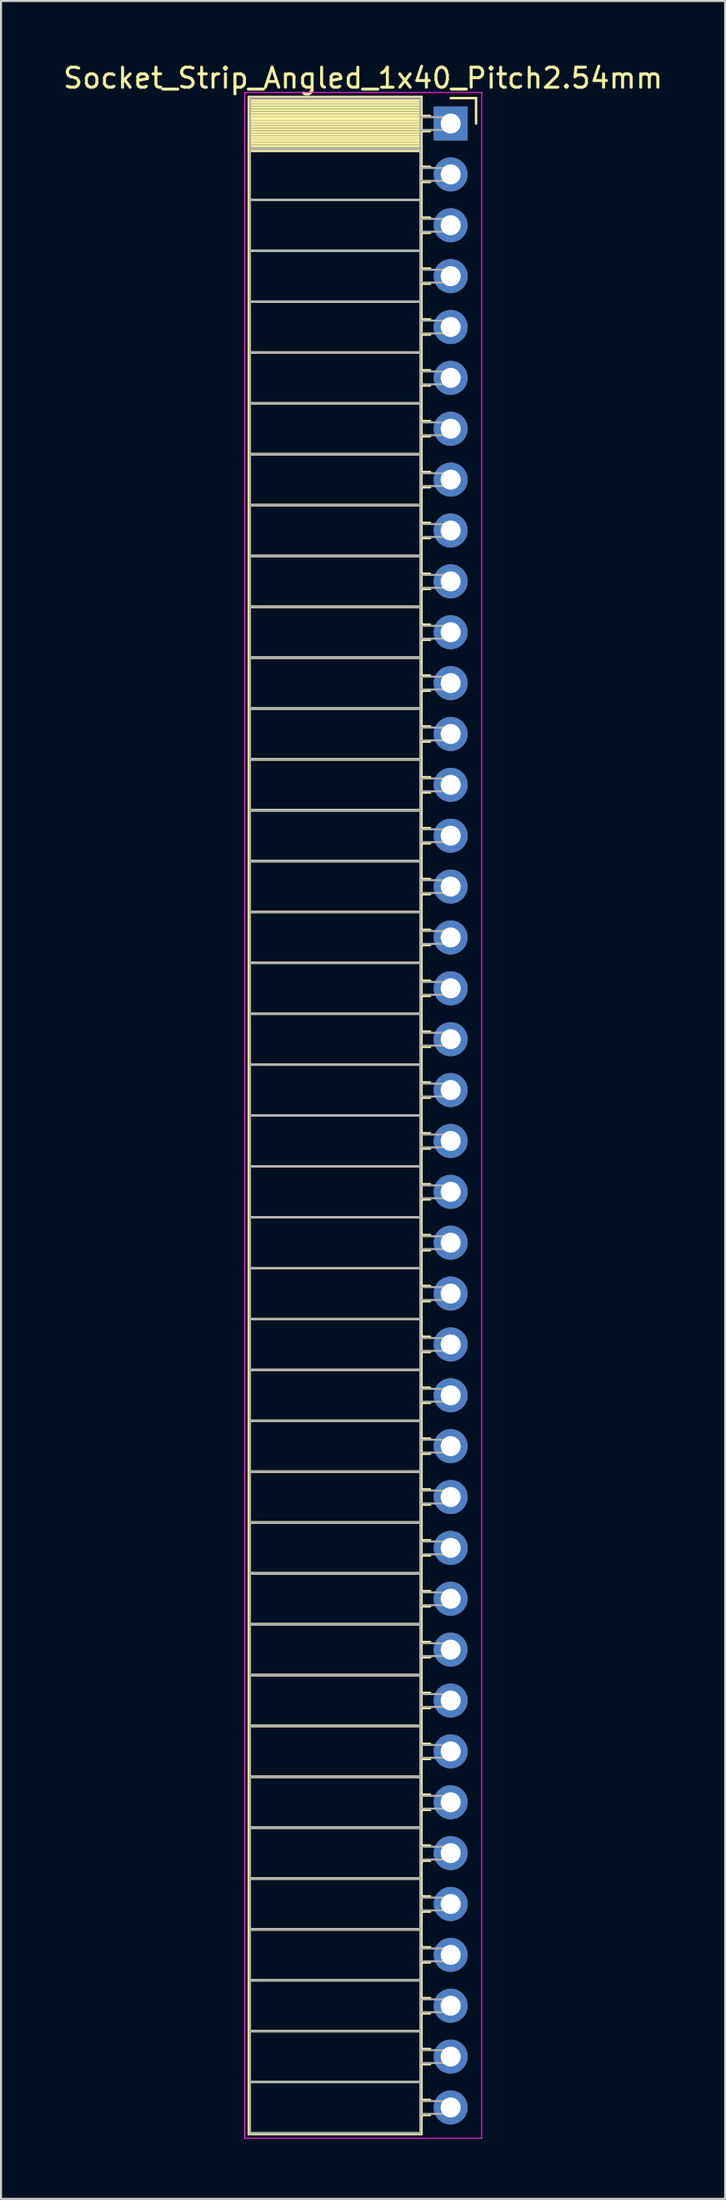
<source format=kicad_pcb>
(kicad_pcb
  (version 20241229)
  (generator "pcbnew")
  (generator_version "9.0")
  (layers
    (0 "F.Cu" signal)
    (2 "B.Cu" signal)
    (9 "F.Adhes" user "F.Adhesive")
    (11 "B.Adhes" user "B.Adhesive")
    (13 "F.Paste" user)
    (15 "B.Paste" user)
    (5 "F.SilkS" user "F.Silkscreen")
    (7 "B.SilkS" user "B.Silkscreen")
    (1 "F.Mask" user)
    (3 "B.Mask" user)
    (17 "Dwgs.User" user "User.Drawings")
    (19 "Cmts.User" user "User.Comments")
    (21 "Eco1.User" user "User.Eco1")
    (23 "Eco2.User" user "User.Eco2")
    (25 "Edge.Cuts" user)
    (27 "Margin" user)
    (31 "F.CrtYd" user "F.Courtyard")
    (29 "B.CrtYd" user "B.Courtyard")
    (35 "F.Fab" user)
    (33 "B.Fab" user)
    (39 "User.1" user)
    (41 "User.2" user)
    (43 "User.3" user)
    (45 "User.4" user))
  (footprint "Socket_Strip_Angled_1x40_Pitch2.54mm"
    (layer "F.Cu")
    (at 19.481 3.118)
    (property "Reference" "Socket_Strip_Angled_1x40_Pitch2.54mm" (at -4.38 -2.27 0) (layer "F.SilkS") (effects (font (size 1 1) (thickness 0.15))))
    (attr through_hole)
    (fp_line (start -10.09 -1.33) (end -1.46 -1.33) (stroke (width 0.12) (type solid)) (layer "F.SilkS"))
    (fp_line (start -10.09 1.27) (end -10.09 -1.33) (stroke (width 0.12) (type solid)) (layer "F.SilkS"))
    (fp_line (start -10.09 1.27) (end -1.46 1.27) (stroke (width 0.12) (type solid)) (layer "F.SilkS"))
    (fp_line (start -10.09 3.81) (end -10.09 1.27) (stroke (width 0.12) (type solid)) (layer "F.SilkS"))
    (fp_line (start -10.09 3.81) (end -1.46 3.81) (stroke (width 0.12) (type solid)) (layer "F.SilkS"))
    (fp_line (start -10.09 6.35) (end -10.09 3.81) (stroke (width 0.12) (type solid)) (layer "F.SilkS"))
    (fp_line (start -10.09 6.35) (end -1.46 6.35) (stroke (width 0.12) (type solid)) (layer "F.SilkS"))
    (fp_line (start -10.09 8.89) (end -10.09 6.35) (stroke (width 0.12) (type solid)) (layer "F.SilkS"))
    (fp_line (start -10.09 8.89) (end -1.46 8.89) (stroke (width 0.12) (type solid)) (layer "F.SilkS"))
    (fp_line (start -10.09 11.43) (end -10.09 8.89) (stroke (width 0.12) (type solid)) (layer "F.SilkS"))
    (fp_line (start -10.09 11.43) (end -1.46 11.43) (stroke (width 0.12) (type solid)) (layer "F.SilkS"))
    (fp_line (start -10.09 13.97) (end -10.09 11.43) (stroke (width 0.12) (type solid)) (layer "F.SilkS"))
    (fp_line (start -10.09 13.97) (end -1.46 13.97) (stroke (width 0.12) (type solid)) (layer "F.SilkS"))
    (fp_line (start -10.09 16.51) (end -10.09 13.97) (stroke (width 0.12) (type solid)) (layer "F.SilkS"))
    (fp_line (start -10.09 16.51) (end -1.46 16.51) (stroke (width 0.12) (type solid)) (layer "F.SilkS"))
    (fp_line (start -10.09 19.05) (end -10.09 16.51) (stroke (width 0.12) (type solid)) (layer "F.SilkS"))
    (fp_line (start -10.09 19.05) (end -1.46 19.05) (stroke (width 0.12) (type solid)) (layer "F.SilkS"))
    (fp_line (start -10.09 21.59) (end -10.09 19.05) (stroke (width 0.12) (type solid)) (layer "F.SilkS"))
    (fp_line (start -10.09 21.59) (end -1.46 21.59) (stroke (width 0.12) (type solid)) (layer "F.SilkS"))
    (fp_line (start -10.09 24.13) (end -10.09 21.59) (stroke (width 0.12) (type solid)) (layer "F.SilkS"))
    (fp_line (start -10.09 24.13) (end -1.46 24.13) (stroke (width 0.12) (type solid)) (layer "F.SilkS"))
    (fp_line (start -10.09 26.67) (end -10.09 24.13) (stroke (width 0.12) (type solid)) (layer "F.SilkS"))
    (fp_line (start -10.09 26.67) (end -1.46 26.67) (stroke (width 0.12) (type solid)) (layer "F.SilkS"))
    (fp_line (start -10.09 29.21) (end -10.09 26.67) (stroke (width 0.12) (type solid)) (layer "F.SilkS"))
    (fp_line (start -10.09 29.21) (end -1.46 29.21) (stroke (width 0.12) (type solid)) (layer "F.SilkS"))
    (fp_line (start -10.09 31.75) (end -10.09 29.21) (stroke (width 0.12) (type solid)) (layer "F.SilkS"))
    (fp_line (start -10.09 31.75) (end -1.46 31.75) (stroke (width 0.12) (type solid)) (layer "F.SilkS"))
    (fp_line (start -10.09 34.29) (end -10.09 31.75) (stroke (width 0.12) (type solid)) (layer "F.SilkS"))
    (fp_line (start -10.09 34.29) (end -1.46 34.29) (stroke (width 0.12) (type solid)) (layer "F.SilkS"))
    (fp_line (start -10.09 36.83) (end -10.09 34.29) (stroke (width 0.12) (type solid)) (layer "F.SilkS"))
    (fp_line (start -10.09 36.83) (end -1.46 36.83) (stroke (width 0.12) (type solid)) (layer "F.SilkS"))
    (fp_line (start -10.09 39.37) (end -10.09 36.83) (stroke (width 0.12) (type solid)) (layer "F.SilkS"))
    (fp_line (start -10.09 39.37) (end -1.46 39.37) (stroke (width 0.12) (type solid)) (layer "F.SilkS"))
    (fp_line (start -10.09 41.91) (end -10.09 39.37) (stroke (width 0.12) (type solid)) (layer "F.SilkS"))
    (fp_line (start -10.09 41.91) (end -1.46 41.91) (stroke (width 0.12) (type solid)) (layer "F.SilkS"))
    (fp_line (start -10.09 44.45) (end -10.09 41.91) (stroke (width 0.12) (type solid)) (layer "F.SilkS"))
    (fp_line (start -10.09 44.45) (end -1.46 44.45) (stroke (width 0.12) (type solid)) (layer "F.SilkS"))
    (fp_line (start -10.09 46.99) (end -10.09 44.45) (stroke (width 0.12) (type solid)) (layer "F.SilkS"))
    (fp_line (start -10.09 46.99) (end -1.46 46.99) (stroke (width 0.12) (type solid)) (layer "F.SilkS"))
    (fp_line (start -10.09 49.53) (end -10.09 46.99) (stroke (width 0.12) (type solid)) (layer "F.SilkS"))
    (fp_line (start -10.09 49.53) (end -1.46 49.53) (stroke (width 0.12) (type solid)) (layer "F.SilkS"))
    (fp_line (start -10.09 52.07) (end -10.09 49.53) (stroke (width 0.12) (type solid)) (layer "F.SilkS"))
    (fp_line (start -10.09 52.07) (end -1.46 52.07) (stroke (width 0.12) (type solid)) (layer "F.SilkS"))
    (fp_line (start -10.09 54.61) (end -10.09 52.07) (stroke (width 0.12) (type solid)) (layer "F.SilkS"))
    (fp_line (start -10.09 54.61) (end -1.46 54.61) (stroke (width 0.12) (type solid)) (layer "F.SilkS"))
    (fp_line (start -10.09 57.15) (end -10.09 54.61) (stroke (width 0.12) (type solid)) (layer "F.SilkS"))
    (fp_line (start -10.09 57.15) (end -1.46 57.15) (stroke (width 0.12) (type solid)) (layer "F.SilkS"))
    (fp_line (start -10.09 59.69) (end -10.09 57.15) (stroke (width 0.12) (type solid)) (layer "F.SilkS"))
    (fp_line (start -10.09 59.69) (end -1.46 59.69) (stroke (width 0.12) (type solid)) (layer "F.SilkS"))
    (fp_line (start -10.09 62.23) (end -10.09 59.69) (stroke (width 0.12) (type solid)) (layer "F.SilkS"))
    (fp_line (start -10.09 62.23) (end -1.46 62.23) (stroke (width 0.12) (type solid)) (layer "F.SilkS"))
    (fp_line (start -10.09 64.77) (end -10.09 62.23) (stroke (width 0.12) (type solid)) (layer "F.SilkS"))
    (fp_line (start -10.09 64.77) (end -1.46 64.77) (stroke (width 0.12) (type solid)) (layer "F.SilkS"))
    (fp_line (start -10.09 67.31) (end -10.09 64.77) (stroke (width 0.12) (type solid)) (layer "F.SilkS"))
    (fp_line (start -10.09 67.31) (end -1.46 67.31) (stroke (width 0.12) (type solid)) (layer "F.SilkS"))
    (fp_line (start -10.09 69.85) (end -10.09 67.31) (stroke (width 0.12) (type solid)) (layer "F.SilkS"))
    (fp_line (start -10.09 69.85) (end -1.46 69.85) (stroke (width 0.12) (type solid)) (layer "F.SilkS"))
    (fp_line (start -10.09 72.39) (end -10.09 69.85) (stroke (width 0.12) (type solid)) (layer "F.SilkS"))
    (fp_line (start -10.09 72.39) (end -1.46 72.39) (stroke (width 0.12) (type solid)) (layer "F.SilkS"))
    (fp_line (start -10.09 74.93) (end -10.09 72.39) (stroke (width 0.12) (type solid)) (layer "F.SilkS"))
    (fp_line (start -10.09 74.93) (end -1.46 74.93) (stroke (width 0.12) (type solid)) (layer "F.SilkS"))
    (fp_line (start -10.09 77.47) (end -10.09 74.93) (stroke (width 0.12) (type solid)) (layer "F.SilkS"))
    (fp_line (start -10.09 77.47) (end -1.46 77.47) (stroke (width 0.12) (type solid)) (layer "F.SilkS"))
    (fp_line (start -10.09 80.01) (end -10.09 77.47) (stroke (width 0.12) (type solid)) (layer "F.SilkS"))
    (fp_line (start -10.09 80.01) (end -1.46 80.01) (stroke (width 0.12) (type solid)) (layer "F.SilkS"))
    (fp_line (start -10.09 82.55) (end -10.09 80.01) (stroke (width 0.12) (type solid)) (layer "F.SilkS"))
    (fp_line (start -10.09 82.55) (end -1.46 82.55) (stroke (width 0.12) (type solid)) (layer "F.SilkS"))
    (fp_line (start -10.09 85.09) (end -10.09 82.55) (stroke (width 0.12) (type solid)) (layer "F.SilkS"))
    (fp_line (start -10.09 85.09) (end -1.46 85.09) (stroke (width 0.12) (type solid)) (layer "F.SilkS"))
    (fp_line (start -10.09 87.63) (end -10.09 85.09) (stroke (width 0.12) (type solid)) (layer "F.SilkS"))
    (fp_line (start -10.09 87.63) (end -1.46 87.63) (stroke (width 0.12) (type solid)) (layer "F.SilkS"))
    (fp_line (start -10.09 90.17) (end -10.09 87.63) (stroke (width 0.12) (type solid)) (layer "F.SilkS"))
    (fp_line (start -10.09 90.17) (end -1.46 90.17) (stroke (width 0.12) (type solid)) (layer "F.SilkS"))
    (fp_line (start -10.09 92.71) (end -10.09 90.17) (stroke (width 0.12) (type solid)) (layer "F.SilkS"))
    (fp_line (start -10.09 92.71) (end -1.46 92.71) (stroke (width 0.12) (type solid)) (layer "F.SilkS"))
    (fp_line (start -10.09 95.25) (end -10.09 92.71) (stroke (width 0.12) (type solid)) (layer "F.SilkS"))
    (fp_line (start -10.09 95.25) (end -1.46 95.25) (stroke (width 0.12) (type solid)) (layer "F.SilkS"))
    (fp_line (start -10.09 97.79) (end -10.09 95.25) (stroke (width 0.12) (type solid)) (layer "F.SilkS"))
    (fp_line (start -10.09 97.79) (end -1.46 97.79) (stroke (width 0.12) (type solid)) (layer "F.SilkS"))
    (fp_line (start -10.09 100.39) (end -10.09 97.79) (stroke (width 0.12) (type solid)) (layer "F.SilkS"))
    (fp_line (start -1.46 -1.33) (end -1.46 1.27) (stroke (width 0.12) (type solid)) (layer "F.SilkS"))
    (fp_line (start -1.46 -1.15) (end -10.09 -1.15) (stroke (width 0.12) (type solid)) (layer "F.SilkS"))
    (fp_line (start -1.46 -1.03) (end -10.09 -1.03) (stroke (width 0.12) (type solid)) (layer "F.SilkS"))
    (fp_line (start -1.46 -0.91) (end -10.09 -0.91) (stroke (width 0.12) (type solid)) (layer "F.SilkS"))
    (fp_line (start -1.46 -0.79) (end -10.09 -0.79) (stroke (width 0.12) (type solid)) (layer "F.SilkS"))
    (fp_line (start -1.46 -0.67) (end -10.09 -0.67) (stroke (width 0.12) (type solid)) (layer "F.SilkS"))
    (fp_line (start -1.46 -0.55) (end -10.09 -0.55) (stroke (width 0.12) (type solid)) (layer "F.SilkS"))
    (fp_line (start -1.46 -0.43) (end -10.09 -0.43) (stroke (width 0.12) (type solid)) (layer "F.SilkS"))
    (fp_line (start -1.46 -0.31) (end -10.09 -0.31) (stroke (width 0.12) (type solid)) (layer "F.SilkS"))
    (fp_line (start -1.46 -0.19) (end -10.09 -0.19) (stroke (width 0.12) (type solid)) (layer "F.SilkS"))
    (fp_line (start -1.46 -0.07) (end -10.09 -0.07) (stroke (width 0.12) (type solid)) (layer "F.SilkS"))
    (fp_line (start -1.46 0.05) (end -10.09 0.05) (stroke (width 0.12) (type solid)) (layer "F.SilkS"))
    (fp_line (start -1.46 0.17) (end -10.09 0.17) (stroke (width 0.12) (type solid)) (layer "F.SilkS"))
    (fp_line (start -1.46 0.29) (end -10.09 0.29) (stroke (width 0.12) (type solid)) (layer "F.SilkS"))
    (fp_line (start -1.46 0.41) (end -10.09 0.41) (stroke (width 0.12) (type solid)) (layer "F.SilkS"))
    (fp_line (start -1.46 0.53) (end -10.09 0.53) (stroke (width 0.12) (type solid)) (layer "F.SilkS"))
    (fp_line (start -1.46 0.65) (end -10.09 0.65) (stroke (width 0.12) (type solid)) (layer "F.SilkS"))
    (fp_line (start -1.46 0.77) (end -10.09 0.77) (stroke (width 0.12) (type solid)) (layer "F.SilkS"))
    (fp_line (start -1.46 0.89) (end -10.09 0.89) (stroke (width 0.12) (type solid)) (layer "F.SilkS"))
    (fp_line (start -1.46 1.01) (end -10.09 1.01) (stroke (width 0.12) (type solid)) (layer "F.SilkS"))
    (fp_line (start -1.46 1.13) (end -10.09 1.13) (stroke (width 0.12) (type solid)) (layer "F.SilkS"))
    (fp_line (start -1.46 1.25) (end -10.09 1.25) (stroke (width 0.12) (type solid)) (layer "F.SilkS"))
    (fp_line (start -1.46 1.27) (end -10.09 1.27) (stroke (width 0.12) (type solid)) (layer "F.SilkS"))
    (fp_line (start -1.46 1.27) (end -1.46 3.81) (stroke (width 0.12) (type solid)) (layer "F.SilkS"))
    (fp_line (start -1.46 1.37) (end -10.09 1.37) (stroke (width 0.12) (type solid)) (layer "F.SilkS"))
    (fp_line (start -1.46 3.81) (end -10.09 3.81) (stroke (width 0.12) (type solid)) (layer "F.SilkS"))
    (fp_line (start -1.46 3.81) (end -1.46 6.35) (stroke (width 0.12) (type solid)) (layer "F.SilkS"))
    (fp_line (start -1.46 6.35) (end -10.09 6.35) (stroke (width 0.12) (type solid)) (layer "F.SilkS"))
    (fp_line (start -1.46 6.35) (end -1.46 8.89) (stroke (width 0.12) (type solid)) (layer "F.SilkS"))
    (fp_line (start -1.46 8.89) (end -10.09 8.89) (stroke (width 0.12) (type solid)) (layer "F.SilkS"))
    (fp_line (start -1.46 8.89) (end -1.46 11.43) (stroke (width 0.12) (type solid)) (layer "F.SilkS"))
    (fp_line (start -1.46 11.43) (end -10.09 11.43) (stroke (width 0.12) (type solid)) (layer "F.SilkS"))
    (fp_line (start -1.46 11.43) (end -1.46 13.97) (stroke (width 0.12) (type solid)) (layer "F.SilkS"))
    (fp_line (start -1.46 13.97) (end -10.09 13.97) (stroke (width 0.12) (type solid)) (layer "F.SilkS"))
    (fp_line (start -1.46 13.97) (end -1.46 16.51) (stroke (width 0.12) (type solid)) (layer "F.SilkS"))
    (fp_line (start -1.46 16.51) (end -10.09 16.51) (stroke (width 0.12) (type solid)) (layer "F.SilkS"))
    (fp_line (start -1.46 16.51) (end -1.46 19.05) (stroke (width 0.12) (type solid)) (layer "F.SilkS"))
    (fp_line (start -1.46 19.05) (end -10.09 19.05) (stroke (width 0.12) (type solid)) (layer "F.SilkS"))
    (fp_line (start -1.46 19.05) (end -1.46 21.59) (stroke (width 0.12) (type solid)) (layer "F.SilkS"))
    (fp_line (start -1.46 21.59) (end -10.09 21.59) (stroke (width 0.12) (type solid)) (layer "F.SilkS"))
    (fp_line (start -1.46 21.59) (end -1.46 24.13) (stroke (width 0.12) (type solid)) (layer "F.SilkS"))
    (fp_line (start -1.46 24.13) (end -10.09 24.13) (stroke (width 0.12) (type solid)) (layer "F.SilkS"))
    (fp_line (start -1.46 24.13) (end -1.46 26.67) (stroke (width 0.12) (type solid)) (layer "F.SilkS"))
    (fp_line (start -1.46 26.67) (end -10.09 26.67) (stroke (width 0.12) (type solid)) (layer "F.SilkS"))
    (fp_line (start -1.46 26.67) (end -1.46 29.21) (stroke (width 0.12) (type solid)) (layer "F.SilkS"))
    (fp_line (start -1.46 29.21) (end -10.09 29.21) (stroke (width 0.12) (type solid)) (layer "F.SilkS"))
    (fp_line (start -1.46 29.21) (end -1.46 31.75) (stroke (width 0.12) (type solid)) (layer "F.SilkS"))
    (fp_line (start -1.46 31.75) (end -10.09 31.75) (stroke (width 0.12) (type solid)) (layer "F.SilkS"))
    (fp_line (start -1.46 31.75) (end -1.46 34.29) (stroke (width 0.12) (type solid)) (layer "F.SilkS"))
    (fp_line (start -1.46 34.29) (end -10.09 34.29) (stroke (width 0.12) (type solid)) (layer "F.SilkS"))
    (fp_line (start -1.46 34.29) (end -1.46 36.83) (stroke (width 0.12) (type solid)) (layer "F.SilkS"))
    (fp_line (start -1.46 36.83) (end -10.09 36.83) (stroke (width 0.12) (type solid)) (layer "F.SilkS"))
    (fp_line (start -1.46 36.83) (end -1.46 39.37) (stroke (width 0.12) (type solid)) (layer "F.SilkS"))
    (fp_line (start -1.46 39.37) (end -10.09 39.37) (stroke (width 0.12) (type solid)) (layer "F.SilkS"))
    (fp_line (start -1.46 39.37) (end -1.46 41.91) (stroke (width 0.12) (type solid)) (layer "F.SilkS"))
    (fp_line (start -1.46 41.91) (end -10.09 41.91) (stroke (width 0.12) (type solid)) (layer "F.SilkS"))
    (fp_line (start -1.46 41.91) (end -1.46 44.45) (stroke (width 0.12) (type solid)) (layer "F.SilkS"))
    (fp_line (start -1.46 44.45) (end -10.09 44.45) (stroke (width 0.12) (type solid)) (layer "F.SilkS"))
    (fp_line (start -1.46 44.45) (end -1.46 46.99) (stroke (width 0.12) (type solid)) (layer "F.SilkS"))
    (fp_line (start -1.46 46.99) (end -10.09 46.99) (stroke (width 0.12) (type solid)) (layer "F.SilkS"))
    (fp_line (start -1.46 46.99) (end -1.46 49.53) (stroke (width 0.12) (type solid)) (layer "F.SilkS"))
    (fp_line (start -1.46 49.53) (end -10.09 49.53) (stroke (width 0.12) (type solid)) (layer "F.SilkS"))
    (fp_line (start -1.46 49.53) (end -1.46 52.07) (stroke (width 0.12) (type solid)) (layer "F.SilkS"))
    (fp_line (start -1.46 52.07) (end -10.09 52.07) (stroke (width 0.12) (type solid)) (layer "F.SilkS"))
    (fp_line (start -1.46 52.07) (end -1.46 54.61) (stroke (width 0.12) (type solid)) (layer "F.SilkS"))
    (fp_line (start -1.46 54.61) (end -10.09 54.61) (stroke (width 0.12) (type solid)) (layer "F.SilkS"))
    (fp_line (start -1.46 54.61) (end -1.46 57.15) (stroke (width 0.12) (type solid)) (layer "F.SilkS"))
    (fp_line (start -1.46 57.15) (end -10.09 57.15) (stroke (width 0.12) (type solid)) (layer "F.SilkS"))
    (fp_line (start -1.46 57.15) (end -1.46 59.69) (stroke (width 0.12) (type solid)) (layer "F.SilkS"))
    (fp_line (start -1.46 59.69) (end -10.09 59.69) (stroke (width 0.12) (type solid)) (layer "F.SilkS"))
    (fp_line (start -1.46 59.69) (end -1.46 62.23) (stroke (width 0.12) (type solid)) (layer "F.SilkS"))
    (fp_line (start -1.46 62.23) (end -10.09 62.23) (stroke (width 0.12) (type solid)) (layer "F.SilkS"))
    (fp_line (start -1.46 62.23) (end -1.46 64.77) (stroke (width 0.12) (type solid)) (layer "F.SilkS"))
    (fp_line (start -1.46 64.77) (end -10.09 64.77) (stroke (width 0.12) (type solid)) (layer "F.SilkS"))
    (fp_line (start -1.46 64.77) (end -1.46 67.31) (stroke (width 0.12) (type solid)) (layer "F.SilkS"))
    (fp_line (start -1.46 67.31) (end -10.09 67.31) (stroke (width 0.12) (type solid)) (layer "F.SilkS"))
    (fp_line (start -1.46 67.31) (end -1.46 69.85) (stroke (width 0.12) (type solid)) (layer "F.SilkS"))
    (fp_line (start -1.46 69.85) (end -10.09 69.85) (stroke (width 0.12) (type solid)) (layer "F.SilkS"))
    (fp_line (start -1.46 69.85) (end -1.46 72.39) (stroke (width 0.12) (type solid)) (layer "F.SilkS"))
    (fp_line (start -1.46 72.39) (end -10.09 72.39) (stroke (width 0.12) (type solid)) (layer "F.SilkS"))
    (fp_line (start -1.46 72.39) (end -1.46 74.93) (stroke (width 0.12) (type solid)) (layer "F.SilkS"))
    (fp_line (start -1.46 74.93) (end -10.09 74.93) (stroke (width 0.12) (type solid)) (layer "F.SilkS"))
    (fp_line (start -1.46 74.93) (end -1.46 77.47) (stroke (width 0.12) (type solid)) (layer "F.SilkS"))
    (fp_line (start -1.46 77.47) (end -10.09 77.47) (stroke (width 0.12) (type solid)) (layer "F.SilkS"))
    (fp_line (start -1.46 77.47) (end -1.46 80.01) (stroke (width 0.12) (type solid)) (layer "F.SilkS"))
    (fp_line (start -1.46 80.01) (end -10.09 80.01) (stroke (width 0.12) (type solid)) (layer "F.SilkS"))
    (fp_line (start -1.46 80.01) (end -1.46 82.55) (stroke (width 0.12) (type solid)) (layer "F.SilkS"))
    (fp_line (start -1.46 82.55) (end -10.09 82.55) (stroke (width 0.12) (type solid)) (layer "F.SilkS"))
    (fp_line (start -1.46 82.55) (end -1.46 85.09) (stroke (width 0.12) (type solid)) (layer "F.SilkS"))
    (fp_line (start -1.46 85.09) (end -10.09 85.09) (stroke (width 0.12) (type solid)) (layer "F.SilkS"))
    (fp_line (start -1.46 85.09) (end -1.46 87.63) (stroke (width 0.12) (type solid)) (layer "F.SilkS"))
    (fp_line (start -1.46 87.63) (end -10.09 87.63) (stroke (width 0.12) (type solid)) (layer "F.SilkS"))
    (fp_line (start -1.46 87.63) (end -1.46 90.17) (stroke (width 0.12) (type solid)) (layer "F.SilkS"))
    (fp_line (start -1.46 90.17) (end -10.09 90.17) (stroke (width 0.12) (type solid)) (layer "F.SilkS"))
    (fp_line (start -1.46 90.17) (end -1.46 92.71) (stroke (width 0.12) (type solid)) (layer "F.SilkS"))
    (fp_line (start -1.46 92.71) (end -10.09 92.71) (stroke (width 0.12) (type solid)) (layer "F.SilkS"))
    (fp_line (start -1.46 92.71) (end -1.46 95.25) (stroke (width 0.12) (type solid)) (layer "F.SilkS"))
    (fp_line (start -1.46 95.25) (end -10.09 95.25) (stroke (width 0.12) (type solid)) (layer "F.SilkS"))
    (fp_line (start -1.46 95.25) (end -1.46 97.79) (stroke (width 0.12) (type solid)) (layer "F.SilkS"))
    (fp_line (start -1.46 97.79) (end -10.09 97.79) (stroke (width 0.12) (type solid)) (layer "F.SilkS"))
    (fp_line (start -1.46 97.79) (end -1.46 100.39) (stroke (width 0.12) (type solid)) (layer "F.SilkS"))
    (fp_line (start -1.46 100.39) (end -10.09 100.39) (stroke (width 0.12) (type solid)) (layer "F.SilkS"))
    (fp_line (start -1.03 -0.38) (end -1.46 -0.38) (stroke (width 0.12) (type solid)) (layer "F.SilkS"))
    (fp_line (start -1.03 0.38) (end -1.46 0.38) (stroke (width 0.12) (type solid)) (layer "F.SilkS"))
    (fp_line (start -1.03 2.16) (end -1.46 2.16) (stroke (width 0.12) (type solid)) (layer "F.SilkS"))
    (fp_line (start -1.03 2.92) (end -1.46 2.92) (stroke (width 0.12) (type solid)) (layer "F.SilkS"))
    (fp_line (start -1.03 4.7) (end -1.46 4.7) (stroke (width 0.12) (type solid)) (layer "F.SilkS"))
    (fp_line (start -1.03 5.46) (end -1.46 5.46) (stroke (width 0.12) (type solid)) (layer "F.SilkS"))
    (fp_line (start -1.03 7.24) (end -1.46 7.24) (stroke (width 0.12) (type solid)) (layer "F.SilkS"))
    (fp_line (start -1.03 8) (end -1.46 8) (stroke (width 0.12) (type solid)) (layer "F.SilkS"))
    (fp_line (start -1.03 9.78) (end -1.46 9.78) (stroke (width 0.12) (type solid)) (layer "F.SilkS"))
    (fp_line (start -1.03 10.54) (end -1.46 10.54) (stroke (width 0.12) (type solid)) (layer "F.SilkS"))
    (fp_line (start -1.03 12.32) (end -1.46 12.32) (stroke (width 0.12) (type solid)) (layer "F.SilkS"))
    (fp_line (start -1.03 13.08) (end -1.46 13.08) (stroke (width 0.12) (type solid)) (layer "F.SilkS"))
    (fp_line (start -1.03 14.86) (end -1.46 14.86) (stroke (width 0.12) (type solid)) (layer "F.SilkS"))
    (fp_line (start -1.03 15.62) (end -1.46 15.62) (stroke (width 0.12) (type solid)) (layer "F.SilkS"))
    (fp_line (start -1.03 17.4) (end -1.46 17.4) (stroke (width 0.12) (type solid)) (layer "F.SilkS"))
    (fp_line (start -1.03 18.16) (end -1.46 18.16) (stroke (width 0.12) (type solid)) (layer "F.SilkS"))
    (fp_line (start -1.03 19.94) (end -1.46 19.94) (stroke (width 0.12) (type solid)) (layer "F.SilkS"))
    (fp_line (start -1.03 20.7) (end -1.46 20.7) (stroke (width 0.12) (type solid)) (layer "F.SilkS"))
    (fp_line (start -1.03 22.48) (end -1.46 22.48) (stroke (width 0.12) (type solid)) (layer "F.SilkS"))
    (fp_line (start -1.03 23.24) (end -1.46 23.24) (stroke (width 0.12) (type solid)) (layer "F.SilkS"))
    (fp_line (start -1.03 25.02) (end -1.46 25.02) (stroke (width 0.12) (type solid)) (layer "F.SilkS"))
    (fp_line (start -1.03 25.78) (end -1.46 25.78) (stroke (width 0.12) (type solid)) (layer "F.SilkS"))
    (fp_line (start -1.03 27.56) (end -1.46 27.56) (stroke (width 0.12) (type solid)) (layer "F.SilkS"))
    (fp_line (start -1.03 28.32) (end -1.46 28.32) (stroke (width 0.12) (type solid)) (layer "F.SilkS"))
    (fp_line (start -1.03 30.1) (end -1.46 30.1) (stroke (width 0.12) (type solid)) (layer "F.SilkS"))
    (fp_line (start -1.03 30.86) (end -1.46 30.86) (stroke (width 0.12) (type solid)) (layer "F.SilkS"))
    (fp_line (start -1.03 32.64) (end -1.46 32.64) (stroke (width 0.12) (type solid)) (layer "F.SilkS"))
    (fp_line (start -1.03 33.4) (end -1.46 33.4) (stroke (width 0.12) (type solid)) (layer "F.SilkS"))
    (fp_line (start -1.03 35.18) (end -1.46 35.18) (stroke (width 0.12) (type solid)) (layer "F.SilkS"))
    (fp_line (start -1.03 35.94) (end -1.46 35.94) (stroke (width 0.12) (type solid)) (layer "F.SilkS"))
    (fp_line (start -1.03 37.72) (end -1.46 37.72) (stroke (width 0.12) (type solid)) (layer "F.SilkS"))
    (fp_line (start -1.03 38.48) (end -1.46 38.48) (stroke (width 0.12) (type solid)) (layer "F.SilkS"))
    (fp_line (start -1.03 40.26) (end -1.46 40.26) (stroke (width 0.12) (type solid)) (layer "F.SilkS"))
    (fp_line (start -1.03 41.02) (end -1.46 41.02) (stroke (width 0.12) (type solid)) (layer "F.SilkS"))
    (fp_line (start -1.03 42.8) (end -1.46 42.8) (stroke (width 0.12) (type solid)) (layer "F.SilkS"))
    (fp_line (start -1.03 43.56) (end -1.46 43.56) (stroke (width 0.12) (type solid)) (layer "F.SilkS"))
    (fp_line (start -1.03 45.34) (end -1.46 45.34) (stroke (width 0.12) (type solid)) (layer "F.SilkS"))
    (fp_line (start -1.03 46.1) (end -1.46 46.1) (stroke (width 0.12) (type solid)) (layer "F.SilkS"))
    (fp_line (start -1.03 47.88) (end -1.46 47.88) (stroke (width 0.12) (type solid)) (layer "F.SilkS"))
    (fp_line (start -1.03 48.64) (end -1.46 48.64) (stroke (width 0.12) (type solid)) (layer "F.SilkS"))
    (fp_line (start -1.03 50.42) (end -1.46 50.42) (stroke (width 0.12) (type solid)) (layer "F.SilkS"))
    (fp_line (start -1.03 51.18) (end -1.46 51.18) (stroke (width 0.12) (type solid)) (layer "F.SilkS"))
    (fp_line (start -1.03 52.96) (end -1.46 52.96) (stroke (width 0.12) (type solid)) (layer "F.SilkS"))
    (fp_line (start -1.03 53.72) (end -1.46 53.72) (stroke (width 0.12) (type solid)) (layer "F.SilkS"))
    (fp_line (start -1.03 55.5) (end -1.46 55.5) (stroke (width 0.12) (type solid)) (layer "F.SilkS"))
    (fp_line (start -1.03 56.26) (end -1.46 56.26) (stroke (width 0.12) (type solid)) (layer "F.SilkS"))
    (fp_line (start -1.03 58.04) (end -1.46 58.04) (stroke (width 0.12) (type solid)) (layer "F.SilkS"))
    (fp_line (start -1.03 58.8) (end -1.46 58.8) (stroke (width 0.12) (type solid)) (layer "F.SilkS"))
    (fp_line (start -1.03 60.58) (end -1.46 60.58) (stroke (width 0.12) (type solid)) (layer "F.SilkS"))
    (fp_line (start -1.03 61.34) (end -1.46 61.34) (stroke (width 0.12) (type solid)) (layer "F.SilkS"))
    (fp_line (start -1.03 63.12) (end -1.46 63.12) (stroke (width 0.12) (type solid)) (layer "F.SilkS"))
    (fp_line (start -1.03 63.88) (end -1.46 63.88) (stroke (width 0.12) (type solid)) (layer "F.SilkS"))
    (fp_line (start -1.03 65.66) (end -1.46 65.66) (stroke (width 0.12) (type solid)) (layer "F.SilkS"))
    (fp_line (start -1.03 66.42) (end -1.46 66.42) (stroke (width 0.12) (type solid)) (layer "F.SilkS"))
    (fp_line (start -1.03 68.2) (end -1.46 68.2) (stroke (width 0.12) (type solid)) (layer "F.SilkS"))
    (fp_line (start -1.03 68.96) (end -1.46 68.96) (stroke (width 0.12) (type solid)) (layer "F.SilkS"))
    (fp_line (start -1.03 70.74) (end -1.46 70.74) (stroke (width 0.12) (type solid)) (layer "F.SilkS"))
    (fp_line (start -1.03 71.5) (end -1.46 71.5) (stroke (width 0.12) (type solid)) (layer "F.SilkS"))
    (fp_line (start -1.03 73.28) (end -1.46 73.28) (stroke (width 0.12) (type solid)) (layer "F.SilkS"))
    (fp_line (start -1.03 74.04) (end -1.46 74.04) (stroke (width 0.12) (type solid)) (layer "F.SilkS"))
    (fp_line (start -1.03 75.82) (end -1.46 75.82) (stroke (width 0.12) (type solid)) (layer "F.SilkS"))
    (fp_line (start -1.03 76.58) (end -1.46 76.58) (stroke (width 0.12) (type solid)) (layer "F.SilkS"))
    (fp_line (start -1.03 78.36) (end -1.46 78.36) (stroke (width 0.12) (type solid)) (layer "F.SilkS"))
    (fp_line (start -1.03 79.12) (end -1.46 79.12) (stroke (width 0.12) (type solid)) (layer "F.SilkS"))
    (fp_line (start -1.03 80.9) (end -1.46 80.9) (stroke (width 0.12) (type solid)) (layer "F.SilkS"))
    (fp_line (start -1.03 81.66) (end -1.46 81.66) (stroke (width 0.12) (type solid)) (layer "F.SilkS"))
    (fp_line (start -1.03 83.44) (end -1.46 83.44) (stroke (width 0.12) (type solid)) (layer "F.SilkS"))
    (fp_line (start -1.03 84.2) (end -1.46 84.2) (stroke (width 0.12) (type solid)) (layer "F.SilkS"))
    (fp_line (start -1.03 85.98) (end -1.46 85.98) (stroke (width 0.12) (type solid)) (layer "F.SilkS"))
    (fp_line (start -1.03 86.74) (end -1.46 86.74) (stroke (width 0.12) (type solid)) (layer "F.SilkS"))
    (fp_line (start -1.03 88.52) (end -1.46 88.52) (stroke (width 0.12) (type solid)) (layer "F.SilkS"))
    (fp_line (start -1.03 89.28) (end -1.46 89.28) (stroke (width 0.12) (type solid)) (layer "F.SilkS"))
    (fp_line (start -1.03 91.06) (end -1.46 91.06) (stroke (width 0.12) (type solid)) (layer "F.SilkS"))
    (fp_line (start -1.03 91.82) (end -1.46 91.82) (stroke (width 0.12) (type solid)) (layer "F.SilkS"))
    (fp_line (start -1.03 93.6) (end -1.46 93.6) (stroke (width 0.12) (type solid)) (layer "F.SilkS"))
    (fp_line (start -1.03 94.36) (end -1.46 94.36) (stroke (width 0.12) (type solid)) (layer "F.SilkS"))
    (fp_line (start -1.03 96.14) (end -1.46 96.14) (stroke (width 0.12) (type solid)) (layer "F.SilkS"))
    (fp_line (start -1.03 96.9) (end -1.46 96.9) (stroke (width 0.12) (type solid)) (layer "F.SilkS"))
    (fp_line (start -1.03 98.68) (end -1.46 98.68) (stroke (width 0.12) (type solid)) (layer "F.SilkS"))
    (fp_line (start -1.03 99.44) (end -1.46 99.44) (stroke (width 0.12) (type solid)) (layer "F.SilkS"))
    (fp_line (start 0 -1.27) (end 1.27 -1.27) (stroke (width 0.12) (type solid)) (layer "F.SilkS"))
    (fp_line (start 1.27 -1.27) (end 1.27 0) (stroke (width 0.12) (type solid)) (layer "F.SilkS"))
    (fp_line (start -10.3 -1.55) (end 1.55 -1.55) (stroke (width 0.05) (type solid)) (layer "F.CrtYd"))
    (fp_line (start -10.3 100.6) (end -10.3 -1.55) (stroke (width 0.05) (type solid)) (layer "F.CrtYd"))
    (fp_line (start 1.55 -1.55) (end 1.55 100.6) (stroke (width 0.05) (type solid)) (layer "F.CrtYd"))
    (fp_line (start 1.55 100.6) (end -10.3 100.6) (stroke (width 0.05) (type solid)) (layer "F.CrtYd"))
    (fp_line (start -10.03 -1.27) (end -1.52 -1.27) (stroke (width 0.1) (type solid)) (layer "F.Fab"))
    (fp_line (start -10.03 1.27) (end -10.03 -1.27) (stroke (width 0.1) (type solid)) (layer "F.Fab"))
    (fp_line (start -10.03 1.27) (end -1.52 1.27) (stroke (width 0.1) (type solid)) (layer "F.Fab"))
    (fp_line (start -10.03 3.81) (end -10.03 1.27) (stroke (width 0.1) (type solid)) (layer "F.Fab"))
    (fp_line (start -10.03 3.81) (end -1.52 3.81) (stroke (width 0.1) (type solid)) (layer "F.Fab"))
    (fp_line (start -10.03 6.35) (end -10.03 3.81) (stroke (width 0.1) (type solid)) (layer "F.Fab"))
    (fp_line (start -10.03 6.35) (end -1.52 6.35) (stroke (width 0.1) (type solid)) (layer "F.Fab"))
    (fp_line (start -10.03 8.89) (end -10.03 6.35) (stroke (width 0.1) (type solid)) (layer "F.Fab"))
    (fp_line (start -10.03 8.89) (end -1.52 8.89) (stroke (width 0.1) (type solid)) (layer "F.Fab"))
    (fp_line (start -10.03 11.43) (end -10.03 8.89) (stroke (width 0.1) (type solid)) (layer "F.Fab"))
    (fp_line (start -10.03 11.43) (end -1.52 11.43) (stroke (width 0.1) (type solid)) (layer "F.Fab"))
    (fp_line (start -10.03 13.97) (end -10.03 11.43) (stroke (width 0.1) (type solid)) (layer "F.Fab"))
    (fp_line (start -10.03 13.97) (end -1.52 13.97) (stroke (width 0.1) (type solid)) (layer "F.Fab"))
    (fp_line (start -10.03 16.51) (end -10.03 13.97) (stroke (width 0.1) (type solid)) (layer "F.Fab"))
    (fp_line (start -10.03 16.51) (end -1.52 16.51) (stroke (width 0.1) (type solid)) (layer "F.Fab"))
    (fp_line (start -10.03 19.05) (end -10.03 16.51) (stroke (width 0.1) (type solid)) (layer "F.Fab"))
    (fp_line (start -10.03 19.05) (end -1.52 19.05) (stroke (width 0.1) (type solid)) (layer "F.Fab"))
    (fp_line (start -10.03 21.59) (end -10.03 19.05) (stroke (width 0.1) (type solid)) (layer "F.Fab"))
    (fp_line (start -10.03 21.59) (end -1.52 21.59) (stroke (width 0.1) (type solid)) (layer "F.Fab"))
    (fp_line (start -10.03 24.13) (end -10.03 21.59) (stroke (width 0.1) (type solid)) (layer "F.Fab"))
    (fp_line (start -10.03 24.13) (end -1.52 24.13) (stroke (width 0.1) (type solid)) (layer "F.Fab"))
    (fp_line (start -10.03 26.67) (end -10.03 24.13) (stroke (width 0.1) (type solid)) (layer "F.Fab"))
    (fp_line (start -10.03 26.67) (end -1.52 26.67) (stroke (width 0.1) (type solid)) (layer "F.Fab"))
    (fp_line (start -10.03 29.21) (end -10.03 26.67) (stroke (width 0.1) (type solid)) (layer "F.Fab"))
    (fp_line (start -10.03 29.21) (end -1.52 29.21) (stroke (width 0.1) (type solid)) (layer "F.Fab"))
    (fp_line (start -10.03 31.75) (end -10.03 29.21) (stroke (width 0.1) (type solid)) (layer "F.Fab"))
    (fp_line (start -10.03 31.75) (end -1.52 31.75) (stroke (width 0.1) (type solid)) (layer "F.Fab"))
    (fp_line (start -10.03 34.29) (end -10.03 31.75) (stroke (width 0.1) (type solid)) (layer "F.Fab"))
    (fp_line (start -10.03 34.29) (end -1.52 34.29) (stroke (width 0.1) (type solid)) (layer "F.Fab"))
    (fp_line (start -10.03 36.83) (end -10.03 34.29) (stroke (width 0.1) (type solid)) (layer "F.Fab"))
    (fp_line (start -10.03 36.83) (end -1.52 36.83) (stroke (width 0.1) (type solid)) (layer "F.Fab"))
    (fp_line (start -10.03 39.37) (end -10.03 36.83) (stroke (width 0.1) (type solid)) (layer "F.Fab"))
    (fp_line (start -10.03 39.37) (end -1.52 39.37) (stroke (width 0.1) (type solid)) (layer "F.Fab"))
    (fp_line (start -10.03 41.91) (end -10.03 39.37) (stroke (width 0.1) (type solid)) (layer "F.Fab"))
    (fp_line (start -10.03 41.91) (end -1.52 41.91) (stroke (width 0.1) (type solid)) (layer "F.Fab"))
    (fp_line (start -10.03 44.45) (end -10.03 41.91) (stroke (width 0.1) (type solid)) (layer "F.Fab"))
    (fp_line (start -10.03 44.45) (end -1.52 44.45) (stroke (width 0.1) (type solid)) (layer "F.Fab"))
    (fp_line (start -10.03 46.99) (end -10.03 44.45) (stroke (width 0.1) (type solid)) (layer "F.Fab"))
    (fp_line (start -10.03 46.99) (end -1.52 46.99) (stroke (width 0.1) (type solid)) (layer "F.Fab"))
    (fp_line (start -10.03 49.53) (end -10.03 46.99) (stroke (width 0.1) (type solid)) (layer "F.Fab"))
    (fp_line (start -10.03 49.53) (end -1.52 49.53) (stroke (width 0.1) (type solid)) (layer "F.Fab"))
    (fp_line (start -10.03 52.07) (end -10.03 49.53) (stroke (width 0.1) (type solid)) (layer "F.Fab"))
    (fp_line (start -10.03 52.07) (end -1.52 52.07) (stroke (width 0.1) (type solid)) (layer "F.Fab"))
    (fp_line (start -10.03 54.61) (end -10.03 52.07) (stroke (width 0.1) (type solid)) (layer "F.Fab"))
    (fp_line (start -10.03 54.61) (end -1.52 54.61) (stroke (width 0.1) (type solid)) (layer "F.Fab"))
    (fp_line (start -10.03 57.15) (end -10.03 54.61) (stroke (width 0.1) (type solid)) (layer "F.Fab"))
    (fp_line (start -10.03 57.15) (end -1.52 57.15) (stroke (width 0.1) (type solid)) (layer "F.Fab"))
    (fp_line (start -10.03 59.69) (end -10.03 57.15) (stroke (width 0.1) (type solid)) (layer "F.Fab"))
    (fp_line (start -10.03 59.69) (end -1.52 59.69) (stroke (width 0.1) (type solid)) (layer "F.Fab"))
    (fp_line (start -10.03 62.23) (end -10.03 59.69) (stroke (width 0.1) (type solid)) (layer "F.Fab"))
    (fp_line (start -10.03 62.23) (end -1.52 62.23) (stroke (width 0.1) (type solid)) (layer "F.Fab"))
    (fp_line (start -10.03 64.77) (end -10.03 62.23) (stroke (width 0.1) (type solid)) (layer "F.Fab"))
    (fp_line (start -10.03 64.77) (end -1.52 64.77) (stroke (width 0.1) (type solid)) (layer "F.Fab"))
    (fp_line (start -10.03 67.31) (end -10.03 64.77) (stroke (width 0.1) (type solid)) (layer "F.Fab"))
    (fp_line (start -10.03 67.31) (end -1.52 67.31) (stroke (width 0.1) (type solid)) (layer "F.Fab"))
    (fp_line (start -10.03 69.85) (end -10.03 67.31) (stroke (width 0.1) (type solid)) (layer "F.Fab"))
    (fp_line (start -10.03 69.85) (end -1.52 69.85) (stroke (width 0.1) (type solid)) (layer "F.Fab"))
    (fp_line (start -10.03 72.39) (end -10.03 69.85) (stroke (width 0.1) (type solid)) (layer "F.Fab"))
    (fp_line (start -10.03 72.39) (end -1.52 72.39) (stroke (width 0.1) (type solid)) (layer "F.Fab"))
    (fp_line (start -10.03 74.93) (end -10.03 72.39) (stroke (width 0.1) (type solid)) (layer "F.Fab"))
    (fp_line (start -10.03 74.93) (end -1.52 74.93) (stroke (width 0.1) (type solid)) (layer "F.Fab"))
    (fp_line (start -10.03 77.47) (end -10.03 74.93) (stroke (width 0.1) (type solid)) (layer "F.Fab"))
    (fp_line (start -10.03 77.47) (end -1.52 77.47) (stroke (width 0.1) (type solid)) (layer "F.Fab"))
    (fp_line (start -10.03 80.01) (end -10.03 77.47) (stroke (width 0.1) (type solid)) (layer "F.Fab"))
    (fp_line (start -10.03 80.01) (end -1.52 80.01) (stroke (width 0.1) (type solid)) (layer "F.Fab"))
    (fp_line (start -10.03 82.55) (end -10.03 80.01) (stroke (width 0.1) (type solid)) (layer "F.Fab"))
    (fp_line (start -10.03 82.55) (end -1.52 82.55) (stroke (width 0.1) (type solid)) (layer "F.Fab"))
    (fp_line (start -10.03 85.09) (end -10.03 82.55) (stroke (width 0.1) (type solid)) (layer "F.Fab"))
    (fp_line (start -10.03 85.09) (end -1.52 85.09) (stroke (width 0.1) (type solid)) (layer "F.Fab"))
    (fp_line (start -10.03 87.63) (end -10.03 85.09) (stroke (width 0.1) (type solid)) (layer "F.Fab"))
    (fp_line (start -10.03 87.63) (end -1.52 87.63) (stroke (width 0.1) (type solid)) (layer "F.Fab"))
    (fp_line (start -10.03 90.17) (end -10.03 87.63) (stroke (width 0.1) (type solid)) (layer "F.Fab"))
    (fp_line (start -10.03 90.17) (end -1.52 90.17) (stroke (width 0.1) (type solid)) (layer "F.Fab"))
    (fp_line (start -10.03 92.71) (end -10.03 90.17) (stroke (width 0.1) (type solid)) (layer "F.Fab"))
    (fp_line (start -10.03 92.71) (end -1.52 92.71) (stroke (width 0.1) (type solid)) (layer "F.Fab"))
    (fp_line (start -10.03 95.25) (end -10.03 92.71) (stroke (width 0.1) (type solid)) (layer "F.Fab"))
    (fp_line (start -10.03 95.25) (end -1.52 95.25) (stroke (width 0.1) (type solid)) (layer "F.Fab"))
    (fp_line (start -10.03 97.79) (end -10.03 95.25) (stroke (width 0.1) (type solid)) (layer "F.Fab"))
    (fp_line (start -10.03 97.79) (end -1.52 97.79) (stroke (width 0.1) (type solid)) (layer "F.Fab"))
    (fp_line (start -10.03 100.33) (end -10.03 97.79) (stroke (width 0.1) (type solid)) (layer "F.Fab"))
    (fp_line (start -1.52 -1.27) (end -1.52 1.27) (stroke (width 0.1) (type solid)) (layer "F.Fab"))
    (fp_line (start -1.52 -0.32) (end 0 -0.32) (stroke (width 0.1) (type solid)) (layer "F.Fab"))
    (fp_line (start -1.52 0.32) (end -1.52 -0.32) (stroke (width 0.1) (type solid)) (layer "F.Fab"))
    (fp_line (start -1.52 1.27) (end -10.03 1.27) (stroke (width 0.1) (type solid)) (layer "F.Fab"))
    (fp_line (start -1.52 1.27) (end -1.52 3.81) (stroke (width 0.1) (type solid)) (layer "F.Fab"))
    (fp_line (start -1.52 2.22) (end 0 2.22) (stroke (width 0.1) (type solid)) (layer "F.Fab"))
    (fp_line (start -1.52 2.86) (end -1.52 2.22) (stroke (width 0.1) (type solid)) (layer "F.Fab"))
    (fp_line (start -1.52 3.81) (end -10.03 3.81) (stroke (width 0.1) (type solid)) (layer "F.Fab"))
    (fp_line (start -1.52 3.81) (end -1.52 6.35) (stroke (width 0.1) (type solid)) (layer "F.Fab"))
    (fp_line (start -1.52 4.76) (end 0 4.76) (stroke (width 0.1) (type solid)) (layer "F.Fab"))
    (fp_line (start -1.52 5.4) (end -1.52 4.76) (stroke (width 0.1) (type solid)) (layer "F.Fab"))
    (fp_line (start -1.52 6.35) (end -10.03 6.35) (stroke (width 0.1) (type solid)) (layer "F.Fab"))
    (fp_line (start -1.52 6.35) (end -1.52 8.89) (stroke (width 0.1) (type solid)) (layer "F.Fab"))
    (fp_line (start -1.52 7.3) (end 0 7.3) (stroke (width 0.1) (type solid)) (layer "F.Fab"))
    (fp_line (start -1.52 7.94) (end -1.52 7.3) (stroke (width 0.1) (type solid)) (layer "F.Fab"))
    (fp_line (start -1.52 8.89) (end -10.03 8.89) (stroke (width 0.1) (type solid)) (layer "F.Fab"))
    (fp_line (start -1.52 8.89) (end -1.52 11.43) (stroke (width 0.1) (type solid)) (layer "F.Fab"))
    (fp_line (start -1.52 9.84) (end 0 9.84) (stroke (width 0.1) (type solid)) (layer "F.Fab"))
    (fp_line (start -1.52 10.48) (end -1.52 9.84) (stroke (width 0.1) (type solid)) (layer "F.Fab"))
    (fp_line (start -1.52 11.43) (end -10.03 11.43) (stroke (width 0.1) (type solid)) (layer "F.Fab"))
    (fp_line (start -1.52 11.43) (end -1.52 13.97) (stroke (width 0.1) (type solid)) (layer "F.Fab"))
    (fp_line (start -1.52 12.38) (end 0 12.38) (stroke (width 0.1) (type solid)) (layer "F.Fab"))
    (fp_line (start -1.52 13.02) (end -1.52 12.38) (stroke (width 0.1) (type solid)) (layer "F.Fab"))
    (fp_line (start -1.52 13.97) (end -10.03 13.97) (stroke (width 0.1) (type solid)) (layer "F.Fab"))
    (fp_line (start -1.52 13.97) (end -1.52 16.51) (stroke (width 0.1) (type solid)) (layer "F.Fab"))
    (fp_line (start -1.52 14.92) (end 0 14.92) (stroke (width 0.1) (type solid)) (layer "F.Fab"))
    (fp_line (start -1.52 15.56) (end -1.52 14.92) (stroke (width 0.1) (type solid)) (layer "F.Fab"))
    (fp_line (start -1.52 16.51) (end -10.03 16.51) (stroke (width 0.1) (type solid)) (layer "F.Fab"))
    (fp_line (start -1.52 16.51) (end -1.52 19.05) (stroke (width 0.1) (type solid)) (layer "F.Fab"))
    (fp_line (start -1.52 17.46) (end 0 17.46) (stroke (width 0.1) (type solid)) (layer "F.Fab"))
    (fp_line (start -1.52 18.1) (end -1.52 17.46) (stroke (width 0.1) (type solid)) (layer "F.Fab"))
    (fp_line (start -1.52 19.05) (end -10.03 19.05) (stroke (width 0.1) (type solid)) (layer "F.Fab"))
    (fp_line (start -1.52 19.05) (end -1.52 21.59) (stroke (width 0.1) (type solid)) (layer "F.Fab"))
    (fp_line (start -1.52 20) (end 0 20) (stroke (width 0.1) (type solid)) (layer "F.Fab"))
    (fp_line (start -1.52 20.64) (end -1.52 20) (stroke (width 0.1) (type solid)) (layer "F.Fab"))
    (fp_line (start -1.52 21.59) (end -10.03 21.59) (stroke (width 0.1) (type solid)) (layer "F.Fab"))
    (fp_line (start -1.52 21.59) (end -1.52 24.13) (stroke (width 0.1) (type solid)) (layer "F.Fab"))
    (fp_line (start -1.52 22.54) (end 0 22.54) (stroke (width 0.1) (type solid)) (layer "F.Fab"))
    (fp_line (start -1.52 23.18) (end -1.52 22.54) (stroke (width 0.1) (type solid)) (layer "F.Fab"))
    (fp_line (start -1.52 24.13) (end -10.03 24.13) (stroke (width 0.1) (type solid)) (layer "F.Fab"))
    (fp_line (start -1.52 24.13) (end -1.52 26.67) (stroke (width 0.1) (type solid)) (layer "F.Fab"))
    (fp_line (start -1.52 25.08) (end 0 25.08) (stroke (width 0.1) (type solid)) (layer "F.Fab"))
    (fp_line (start -1.52 25.72) (end -1.52 25.08) (stroke (width 0.1) (type solid)) (layer "F.Fab"))
    (fp_line (start -1.52 26.67) (end -10.03 26.67) (stroke (width 0.1) (type solid)) (layer "F.Fab"))
    (fp_line (start -1.52 26.67) (end -1.52 29.21) (stroke (width 0.1) (type solid)) (layer "F.Fab"))
    (fp_line (start -1.52 27.62) (end 0 27.62) (stroke (width 0.1) (type solid)) (layer "F.Fab"))
    (fp_line (start -1.52 28.26) (end -1.52 27.62) (stroke (width 0.1) (type solid)) (layer "F.Fab"))
    (fp_line (start -1.52 29.21) (end -10.03 29.21) (stroke (width 0.1) (type solid)) (layer "F.Fab"))
    (fp_line (start -1.52 29.21) (end -1.52 31.75) (stroke (width 0.1) (type solid)) (layer "F.Fab"))
    (fp_line (start -1.52 30.16) (end 0 30.16) (stroke (width 0.1) (type solid)) (layer "F.Fab"))
    (fp_line (start -1.52 30.8) (end -1.52 30.16) (stroke (width 0.1) (type solid)) (layer "F.Fab"))
    (fp_line (start -1.52 31.75) (end -10.03 31.75) (stroke (width 0.1) (type solid)) (layer "F.Fab"))
    (fp_line (start -1.52 31.75) (end -1.52 34.29) (stroke (width 0.1) (type solid)) (layer "F.Fab"))
    (fp_line (start -1.52 32.7) (end 0 32.7) (stroke (width 0.1) (type solid)) (layer "F.Fab"))
    (fp_line (start -1.52 33.34) (end -1.52 32.7) (stroke (width 0.1) (type solid)) (layer "F.Fab"))
    (fp_line (start -1.52 34.29) (end -10.03 34.29) (stroke (width 0.1) (type solid)) (layer "F.Fab"))
    (fp_line (start -1.52 34.29) (end -1.52 36.83) (stroke (width 0.1) (type solid)) (layer "F.Fab"))
    (fp_line (start -1.52 35.24) (end 0 35.24) (stroke (width 0.1) (type solid)) (layer "F.Fab"))
    (fp_line (start -1.52 35.88) (end -1.52 35.24) (stroke (width 0.1) (type solid)) (layer "F.Fab"))
    (fp_line (start -1.52 36.83) (end -10.03 36.83) (stroke (width 0.1) (type solid)) (layer "F.Fab"))
    (fp_line (start -1.52 36.83) (end -1.52 39.37) (stroke (width 0.1) (type solid)) (layer "F.Fab"))
    (fp_line (start -1.52 37.78) (end 0 37.78) (stroke (width 0.1) (type solid)) (layer "F.Fab"))
    (fp_line (start -1.52 38.42) (end -1.52 37.78) (stroke (width 0.1) (type solid)) (layer "F.Fab"))
    (fp_line (start -1.52 39.37) (end -10.03 39.37) (stroke (width 0.1) (type solid)) (layer "F.Fab"))
    (fp_line (start -1.52 39.37) (end -1.52 41.91) (stroke (width 0.1) (type solid)) (layer "F.Fab"))
    (fp_line (start -1.52 40.32) (end 0 40.32) (stroke (width 0.1) (type solid)) (layer "F.Fab"))
    (fp_line (start -1.52 40.96) (end -1.52 40.32) (stroke (width 0.1) (type solid)) (layer "F.Fab"))
    (fp_line (start -1.52 41.91) (end -10.03 41.91) (stroke (width 0.1) (type solid)) (layer "F.Fab"))
    (fp_line (start -1.52 41.91) (end -1.52 44.45) (stroke (width 0.1) (type solid)) (layer "F.Fab"))
    (fp_line (start -1.52 42.86) (end 0 42.86) (stroke (width 0.1) (type solid)) (layer "F.Fab"))
    (fp_line (start -1.52 43.5) (end -1.52 42.86) (stroke (width 0.1) (type solid)) (layer "F.Fab"))
    (fp_line (start -1.52 44.45) (end -10.03 44.45) (stroke (width 0.1) (type solid)) (layer "F.Fab"))
    (fp_line (start -1.52 44.45) (end -1.52 46.99) (stroke (width 0.1) (type solid)) (layer "F.Fab"))
    (fp_line (start -1.52 45.4) (end 0 45.4) (stroke (width 0.1) (type solid)) (layer "F.Fab"))
    (fp_line (start -1.52 46.04) (end -1.52 45.4) (stroke (width 0.1) (type solid)) (layer "F.Fab"))
    (fp_line (start -1.52 46.99) (end -10.03 46.99) (stroke (width 0.1) (type solid)) (layer "F.Fab"))
    (fp_line (start -1.52 46.99) (end -1.52 49.53) (stroke (width 0.1) (type solid)) (layer "F.Fab"))
    (fp_line (start -1.52 47.94) (end 0 47.94) (stroke (width 0.1) (type solid)) (layer "F.Fab"))
    (fp_line (start -1.52 48.58) (end -1.52 47.94) (stroke (width 0.1) (type solid)) (layer "F.Fab"))
    (fp_line (start -1.52 49.53) (end -10.03 49.53) (stroke (width 0.1) (type solid)) (layer "F.Fab"))
    (fp_line (start -1.52 49.53) (end -1.52 52.07) (stroke (width 0.1) (type solid)) (layer "F.Fab"))
    (fp_line (start -1.52 50.48) (end 0 50.48) (stroke (width 0.1) (type solid)) (layer "F.Fab"))
    (fp_line (start -1.52 51.12) (end -1.52 50.48) (stroke (width 0.1) (type solid)) (layer "F.Fab"))
    (fp_line (start -1.52 52.07) (end -10.03 52.07) (stroke (width 0.1) (type solid)) (layer "F.Fab"))
    (fp_line (start -1.52 52.07) (end -1.52 54.61) (stroke (width 0.1) (type solid)) (layer "F.Fab"))
    (fp_line (start -1.52 53.02) (end 0 53.02) (stroke (width 0.1) (type solid)) (layer "F.Fab"))
    (fp_line (start -1.52 53.66) (end -1.52 53.02) (stroke (width 0.1) (type solid)) (layer "F.Fab"))
    (fp_line (start -1.52 54.61) (end -10.03 54.61) (stroke (width 0.1) (type solid)) (layer "F.Fab"))
    (fp_line (start -1.52 54.61) (end -1.52 57.15) (stroke (width 0.1) (type solid)) (layer "F.Fab"))
    (fp_line (start -1.52 55.56) (end 0 55.56) (stroke (width 0.1) (type solid)) (layer "F.Fab"))
    (fp_line (start -1.52 56.2) (end -1.52 55.56) (stroke (width 0.1) (type solid)) (layer "F.Fab"))
    (fp_line (start -1.52 57.15) (end -10.03 57.15) (stroke (width 0.1) (type solid)) (layer "F.Fab"))
    (fp_line (start -1.52 57.15) (end -1.52 59.69) (stroke (width 0.1) (type solid)) (layer "F.Fab"))
    (fp_line (start -1.52 58.1) (end 0 58.1) (stroke (width 0.1) (type solid)) (layer "F.Fab"))
    (fp_line (start -1.52 58.74) (end -1.52 58.1) (stroke (width 0.1) (type solid)) (layer "F.Fab"))
    (fp_line (start -1.52 59.69) (end -10.03 59.69) (stroke (width 0.1) (type solid)) (layer "F.Fab"))
    (fp_line (start -1.52 59.69) (end -1.52 62.23) (stroke (width 0.1) (type solid)) (layer "F.Fab"))
    (fp_line (start -1.52 60.64) (end 0 60.64) (stroke (width 0.1) (type solid)) (layer "F.Fab"))
    (fp_line (start -1.52 61.28) (end -1.52 60.64) (stroke (width 0.1) (type solid)) (layer "F.Fab"))
    (fp_line (start -1.52 62.23) (end -10.03 62.23) (stroke (width 0.1) (type solid)) (layer "F.Fab"))
    (fp_line (start -1.52 62.23) (end -1.52 64.77) (stroke (width 0.1) (type solid)) (layer "F.Fab"))
    (fp_line (start -1.52 63.18) (end 0 63.18) (stroke (width 0.1) (type solid)) (layer "F.Fab"))
    (fp_line (start -1.52 63.82) (end -1.52 63.18) (stroke (width 0.1) (type solid)) (layer "F.Fab"))
    (fp_line (start -1.52 64.77) (end -10.03 64.77) (stroke (width 0.1) (type solid)) (layer "F.Fab"))
    (fp_line (start -1.52 64.77) (end -1.52 67.31) (stroke (width 0.1) (type solid)) (layer "F.Fab"))
    (fp_line (start -1.52 65.72) (end 0 65.72) (stroke (width 0.1) (type solid)) (layer "F.Fab"))
    (fp_line (start -1.52 66.36) (end -1.52 65.72) (stroke (width 0.1) (type solid)) (layer "F.Fab"))
    (fp_line (start -1.52 67.31) (end -10.03 67.31) (stroke (width 0.1) (type solid)) (layer "F.Fab"))
    (fp_line (start -1.52 67.31) (end -1.52 69.85) (stroke (width 0.1) (type solid)) (layer "F.Fab"))
    (fp_line (start -1.52 68.26) (end 0 68.26) (stroke (width 0.1) (type solid)) (layer "F.Fab"))
    (fp_line (start -1.52 68.9) (end -1.52 68.26) (stroke (width 0.1) (type solid)) (layer "F.Fab"))
    (fp_line (start -1.52 69.85) (end -10.03 69.85) (stroke (width 0.1) (type solid)) (layer "F.Fab"))
    (fp_line (start -1.52 69.85) (end -1.52 72.39) (stroke (width 0.1) (type solid)) (layer "F.Fab"))
    (fp_line (start -1.52 70.8) (end 0 70.8) (stroke (width 0.1) (type solid)) (layer "F.Fab"))
    (fp_line (start -1.52 71.44) (end -1.52 70.8) (stroke (width 0.1) (type solid)) (layer "F.Fab"))
    (fp_line (start -1.52 72.39) (end -10.03 72.39) (stroke (width 0.1) (type solid)) (layer "F.Fab"))
    (fp_line (start -1.52 72.39) (end -1.52 74.93) (stroke (width 0.1) (type solid)) (layer "F.Fab"))
    (fp_line (start -1.52 73.34) (end 0 73.34) (stroke (width 0.1) (type solid)) (layer "F.Fab"))
    (fp_line (start -1.52 73.98) (end -1.52 73.34) (stroke (width 0.1) (type solid)) (layer "F.Fab"))
    (fp_line (start -1.52 74.93) (end -10.03 74.93) (stroke (width 0.1) (type solid)) (layer "F.Fab"))
    (fp_line (start -1.52 74.93) (end -1.52 77.47) (stroke (width 0.1) (type solid)) (layer "F.Fab"))
    (fp_line (start -1.52 75.88) (end 0 75.88) (stroke (width 0.1) (type solid)) (layer "F.Fab"))
    (fp_line (start -1.52 76.52) (end -1.52 75.88) (stroke (width 0.1) (type solid)) (layer "F.Fab"))
    (fp_line (start -1.52 77.47) (end -10.03 77.47) (stroke (width 0.1) (type solid)) (layer "F.Fab"))
    (fp_line (start -1.52 77.47) (end -1.52 80.01) (stroke (width 0.1) (type solid)) (layer "F.Fab"))
    (fp_line (start -1.52 78.42) (end 0 78.42) (stroke (width 0.1) (type solid)) (layer "F.Fab"))
    (fp_line (start -1.52 79.06) (end -1.52 78.42) (stroke (width 0.1) (type solid)) (layer "F.Fab"))
    (fp_line (start -1.52 80.01) (end -10.03 80.01) (stroke (width 0.1) (type solid)) (layer "F.Fab"))
    (fp_line (start -1.52 80.01) (end -1.52 82.55) (stroke (width 0.1) (type solid)) (layer "F.Fab"))
    (fp_line (start -1.52 80.96) (end 0 80.96) (stroke (width 0.1) (type solid)) (layer "F.Fab"))
    (fp_line (start -1.52 81.6) (end -1.52 80.96) (stroke (width 0.1) (type solid)) (layer "F.Fab"))
    (fp_line (start -1.52 82.55) (end -10.03 82.55) (stroke (width 0.1) (type solid)) (layer "F.Fab"))
    (fp_line (start -1.52 82.55) (end -1.52 85.09) (stroke (width 0.1) (type solid)) (layer "F.Fab"))
    (fp_line (start -1.52 83.5) (end 0 83.5) (stroke (width 0.1) (type solid)) (layer "F.Fab"))
    (fp_line (start -1.52 84.14) (end -1.52 83.5) (stroke (width 0.1) (type solid)) (layer "F.Fab"))
    (fp_line (start -1.52 85.09) (end -10.03 85.09) (stroke (width 0.1) (type solid)) (layer "F.Fab"))
    (fp_line (start -1.52 85.09) (end -1.52 87.63) (stroke (width 0.1) (type solid)) (layer "F.Fab"))
    (fp_line (start -1.52 86.04) (end 0 86.04) (stroke (width 0.1) (type solid)) (layer "F.Fab"))
    (fp_line (start -1.52 86.68) (end -1.52 86.04) (stroke (width 0.1) (type solid)) (layer "F.Fab"))
    (fp_line (start -1.52 87.63) (end -10.03 87.63) (stroke (width 0.1) (type solid)) (layer "F.Fab"))
    (fp_line (start -1.52 87.63) (end -1.52 90.17) (stroke (width 0.1) (type solid)) (layer "F.Fab"))
    (fp_line (start -1.52 88.58) (end 0 88.58) (stroke (width 0.1) (type solid)) (layer "F.Fab"))
    (fp_line (start -1.52 89.22) (end -1.52 88.58) (stroke (width 0.1) (type solid)) (layer "F.Fab"))
    (fp_line (start -1.52 90.17) (end -10.03 90.17) (stroke (width 0.1) (type solid)) (layer "F.Fab"))
    (fp_line (start -1.52 90.17) (end -1.52 92.71) (stroke (width 0.1) (type solid)) (layer "F.Fab"))
    (fp_line (start -1.52 91.12) (end 0 91.12) (stroke (width 0.1) (type solid)) (layer "F.Fab"))
    (fp_line (start -1.52 91.76) (end -1.52 91.12) (stroke (width 0.1) (type solid)) (layer "F.Fab"))
    (fp_line (start -1.52 92.71) (end -10.03 92.71) (stroke (width 0.1) (type solid)) (layer "F.Fab"))
    (fp_line (start -1.52 92.71) (end -1.52 95.25) (stroke (width 0.1) (type solid)) (layer "F.Fab"))
    (fp_line (start -1.52 93.66) (end 0 93.66) (stroke (width 0.1) (type solid)) (layer "F.Fab"))
    (fp_line (start -1.52 94.3) (end -1.52 93.66) (stroke (width 0.1) (type solid)) (layer "F.Fab"))
    (fp_line (start -1.52 95.25) (end -10.03 95.25) (stroke (width 0.1) (type solid)) (layer "F.Fab"))
    (fp_line (start -1.52 95.25) (end -1.52 97.79) (stroke (width 0.1) (type solid)) (layer "F.Fab"))
    (fp_line (start -1.52 96.2) (end 0 96.2) (stroke (width 0.1) (type solid)) (layer "F.Fab"))
    (fp_line (start -1.52 96.84) (end -1.52 96.2) (stroke (width 0.1) (type solid)) (layer "F.Fab"))
    (fp_line (start -1.52 97.79) (end -10.03 97.79) (stroke (width 0.1) (type solid)) (layer "F.Fab"))
    (fp_line (start -1.52 97.79) (end -1.52 100.33) (stroke (width 0.1) (type solid)) (layer "F.Fab"))
    (fp_line (start -1.52 98.74) (end 0 98.74) (stroke (width 0.1) (type solid)) (layer "F.Fab"))
    (fp_line (start -1.52 99.38) (end -1.52 98.74) (stroke (width 0.1) (type solid)) (layer "F.Fab"))
    (fp_line (start -1.52 100.33) (end -10.03 100.33) (stroke (width 0.1) (type solid)) (layer "F.Fab"))
    (fp_line (start 0 -0.32) (end 0 0.32) (stroke (width 0.1) (type solid)) (layer "F.Fab"))
    (fp_line (start 0 0.32) (end -1.52 0.32) (stroke (width 0.1) (type solid)) (layer "F.Fab"))
    (fp_line (start 0 2.22) (end 0 2.86) (stroke (width 0.1) (type solid)) (layer "F.Fab"))
    (fp_line (start 0 2.86) (end -1.52 2.86) (stroke (width 0.1) (type solid)) (layer "F.Fab"))
    (fp_line (start 0 4.76) (end 0 5.4) (stroke (width 0.1) (type solid)) (layer "F.Fab"))
    (fp_line (start 0 5.4) (end -1.52 5.4) (stroke (width 0.1) (type solid)) (layer "F.Fab"))
    (fp_line (start 0 7.3) (end 0 7.94) (stroke (width 0.1) (type solid)) (layer "F.Fab"))
    (fp_line (start 0 7.94) (end -1.52 7.94) (stroke (width 0.1) (type solid)) (layer "F.Fab"))
    (fp_line (start 0 9.84) (end 0 10.48) (stroke (width 0.1) (type solid)) (layer "F.Fab"))
    (fp_line (start 0 10.48) (end -1.52 10.48) (stroke (width 0.1) (type solid)) (layer "F.Fab"))
    (fp_line (start 0 12.38) (end 0 13.02) (stroke (width 0.1) (type solid)) (layer "F.Fab"))
    (fp_line (start 0 13.02) (end -1.52 13.02) (stroke (width 0.1) (type solid)) (layer "F.Fab"))
    (fp_line (start 0 14.92) (end 0 15.56) (stroke (width 0.1) (type solid)) (layer "F.Fab"))
    (fp_line (start 0 15.56) (end -1.52 15.56) (stroke (width 0.1) (type solid)) (layer "F.Fab"))
    (fp_line (start 0 17.46) (end 0 18.1) (stroke (width 0.1) (type solid)) (layer "F.Fab"))
    (fp_line (start 0 18.1) (end -1.52 18.1) (stroke (width 0.1) (type solid)) (layer "F.Fab"))
    (fp_line (start 0 20) (end 0 20.64) (stroke (width 0.1) (type solid)) (layer "F.Fab"))
    (fp_line (start 0 20.64) (end -1.52 20.64) (stroke (width 0.1) (type solid)) (layer "F.Fab"))
    (fp_line (start 0 22.54) (end 0 23.18) (stroke (width 0.1) (type solid)) (layer "F.Fab"))
    (fp_line (start 0 23.18) (end -1.52 23.18) (stroke (width 0.1) (type solid)) (layer "F.Fab"))
    (fp_line (start 0 25.08) (end 0 25.72) (stroke (width 0.1) (type solid)) (layer "F.Fab"))
    (fp_line (start 0 25.72) (end -1.52 25.72) (stroke (width 0.1) (type solid)) (layer "F.Fab"))
    (fp_line (start 0 27.62) (end 0 28.26) (stroke (width 0.1) (type solid)) (layer "F.Fab"))
    (fp_line (start 0 28.26) (end -1.52 28.26) (stroke (width 0.1) (type solid)) (layer "F.Fab"))
    (fp_line (start 0 30.16) (end 0 30.8) (stroke (width 0.1) (type solid)) (layer "F.Fab"))
    (fp_line (start 0 30.8) (end -1.52 30.8) (stroke (width 0.1) (type solid)) (layer "F.Fab"))
    (fp_line (start 0 32.7) (end 0 33.34) (stroke (width 0.1) (type solid)) (layer "F.Fab"))
    (fp_line (start 0 33.34) (end -1.52 33.34) (stroke (width 0.1) (type solid)) (layer "F.Fab"))
    (fp_line (start 0 35.24) (end 0 35.88) (stroke (width 0.1) (type solid)) (layer "F.Fab"))
    (fp_line (start 0 35.88) (end -1.52 35.88) (stroke (width 0.1) (type solid)) (layer "F.Fab"))
    (fp_line (start 0 37.78) (end 0 38.42) (stroke (width 0.1) (type solid)) (layer "F.Fab"))
    (fp_line (start 0 38.42) (end -1.52 38.42) (stroke (width 0.1) (type solid)) (layer "F.Fab"))
    (fp_line (start 0 40.32) (end 0 40.96) (stroke (width 0.1) (type solid)) (layer "F.Fab"))
    (fp_line (start 0 40.96) (end -1.52 40.96) (stroke (width 0.1) (type solid)) (layer "F.Fab"))
    (fp_line (start 0 42.86) (end 0 43.5) (stroke (width 0.1) (type solid)) (layer "F.Fab"))
    (fp_line (start 0 43.5) (end -1.52 43.5) (stroke (width 0.1) (type solid)) (layer "F.Fab"))
    (fp_line (start 0 45.4) (end 0 46.04) (stroke (width 0.1) (type solid)) (layer "F.Fab"))
    (fp_line (start 0 46.04) (end -1.52 46.04) (stroke (width 0.1) (type solid)) (layer "F.Fab"))
    (fp_line (start 0 47.94) (end 0 48.58) (stroke (width 0.1) (type solid)) (layer "F.Fab"))
    (fp_line (start 0 48.58) (end -1.52 48.58) (stroke (width 0.1) (type solid)) (layer "F.Fab"))
    (fp_line (start 0 50.48) (end 0 51.12) (stroke (width 0.1) (type solid)) (layer "F.Fab"))
    (fp_line (start 0 51.12) (end -1.52 51.12) (stroke (width 0.1) (type solid)) (layer "F.Fab"))
    (fp_line (start 0 53.02) (end 0 53.66) (stroke (width 0.1) (type solid)) (layer "F.Fab"))
    (fp_line (start 0 53.66) (end -1.52 53.66) (stroke (width 0.1) (type solid)) (layer "F.Fab"))
    (fp_line (start 0 55.56) (end 0 56.2) (stroke (width 0.1) (type solid)) (layer "F.Fab"))
    (fp_line (start 0 56.2) (end -1.52 56.2) (stroke (width 0.1) (type solid)) (layer "F.Fab"))
    (fp_line (start 0 58.1) (end 0 58.74) (stroke (width 0.1) (type solid)) (layer "F.Fab"))
    (fp_line (start 0 58.74) (end -1.52 58.74) (stroke (width 0.1) (type solid)) (layer "F.Fab"))
    (fp_line (start 0 60.64) (end 0 61.28) (stroke (width 0.1) (type solid)) (layer "F.Fab"))
    (fp_line (start 0 61.28) (end -1.52 61.28) (stroke (width 0.1) (type solid)) (layer "F.Fab"))
    (fp_line (start 0 63.18) (end 0 63.82) (stroke (width 0.1) (type solid)) (layer "F.Fab"))
    (fp_line (start 0 63.82) (end -1.52 63.82) (stroke (width 0.1) (type solid)) (layer "F.Fab"))
    (fp_line (start 0 65.72) (end 0 66.36) (stroke (width 0.1) (type solid)) (layer "F.Fab"))
    (fp_line (start 0 66.36) (end -1.52 66.36) (stroke (width 0.1) (type solid)) (layer "F.Fab"))
    (fp_line (start 0 68.26) (end 0 68.9) (stroke (width 0.1) (type solid)) (layer "F.Fab"))
    (fp_line (start 0 68.9) (end -1.52 68.9) (stroke (width 0.1) (type solid)) (layer "F.Fab"))
    (fp_line (start 0 70.8) (end 0 71.44) (stroke (width 0.1) (type solid)) (layer "F.Fab"))
    (fp_line (start 0 71.44) (end -1.52 71.44) (stroke (width 0.1) (type solid)) (layer "F.Fab"))
    (fp_line (start 0 73.34) (end 0 73.98) (stroke (width 0.1) (type solid)) (layer "F.Fab"))
    (fp_line (start 0 73.98) (end -1.52 73.98) (stroke (width 0.1) (type solid)) (layer "F.Fab"))
    (fp_line (start 0 75.88) (end 0 76.52) (stroke (width 0.1) (type solid)) (layer "F.Fab"))
    (fp_line (start 0 76.52) (end -1.52 76.52) (stroke (width 0.1) (type solid)) (layer "F.Fab"))
    (fp_line (start 0 78.42) (end 0 79.06) (stroke (width 0.1) (type solid)) (layer "F.Fab"))
    (fp_line (start 0 79.06) (end -1.52 79.06) (stroke (width 0.1) (type solid)) (layer "F.Fab"))
    (fp_line (start 0 80.96) (end 0 81.6) (stroke (width 0.1) (type solid)) (layer "F.Fab"))
    (fp_line (start 0 81.6) (end -1.52 81.6) (stroke (width 0.1) (type solid)) (layer "F.Fab"))
    (fp_line (start 0 83.5) (end 0 84.14) (stroke (width 0.1) (type solid)) (layer "F.Fab"))
    (fp_line (start 0 84.14) (end -1.52 84.14) (stroke (width 0.1) (type solid)) (layer "F.Fab"))
    (fp_line (start 0 86.04) (end 0 86.68) (stroke (width 0.1) (type solid)) (layer "F.Fab"))
    (fp_line (start 0 86.68) (end -1.52 86.68) (stroke (width 0.1) (type solid)) (layer "F.Fab"))
    (fp_line (start 0 88.58) (end 0 89.22) (stroke (width 0.1) (type solid)) (layer "F.Fab"))
    (fp_line (start 0 89.22) (end -1.52 89.22) (stroke (width 0.1) (type solid)) (layer "F.Fab"))
    (fp_line (start 0 91.12) (end 0 91.76) (stroke (width 0.1) (type solid)) (layer "F.Fab"))
    (fp_line (start 0 91.76) (end -1.52 91.76) (stroke (width 0.1) (type solid)) (layer "F.Fab"))
    (fp_line (start 0 93.66) (end 0 94.3) (stroke (width 0.1) (type solid)) (layer "F.Fab"))
    (fp_line (start 0 94.3) (end -1.52 94.3) (stroke (width 0.1) (type solid)) (layer "F.Fab"))
    (fp_line (start 0 96.2) (end 0 96.84) (stroke (width 0.1) (type solid)) (layer "F.Fab"))
    (fp_line (start 0 96.84) (end -1.52 96.84) (stroke (width 0.1) (type solid)) (layer "F.Fab"))
    (fp_line (start 0 98.74) (end 0 99.38) (stroke (width 0.1) (type solid)) (layer "F.Fab"))
    (fp_line (start 0 99.38) (end -1.52 99.38) (stroke (width 0.1) (type solid)) (layer "F.Fab"))
    (pad "1" thru_hole rect (at 0 0) (size 1.7 1.7) (drill 1) (layers "*.Cu" "*.Mask"))
    (pad "2" thru_hole oval (at 0 2.54) (size 1.7 1.7) (drill 1) (layers "*.Cu" "*.Mask"))
    (pad "3" thru_hole oval (at 0 5.08) (size 1.7 1.7) (drill 1) (layers "*.Cu" "*.Mask"))
    (pad "4" thru_hole oval (at 0 7.62) (size 1.7 1.7) (drill 1) (layers "*.Cu" "*.Mask"))
    (pad "5" thru_hole oval (at 0 10.16) (size 1.7 1.7) (drill 1) (layers "*.Cu" "*.Mask"))
    (pad "6" thru_hole oval (at 0 12.7) (size 1.7 1.7) (drill 1) (layers "*.Cu" "*.Mask"))
    (pad "7" thru_hole oval (at 0 15.24) (size 1.7 1.7) (drill 1) (layers "*.Cu" "*.Mask"))
    (pad "8" thru_hole oval (at 0 17.78) (size 1.7 1.7) (drill 1) (layers "*.Cu" "*.Mask"))
    (pad "9" thru_hole oval (at 0 20.32) (size 1.7 1.7) (drill 1) (layers "*.Cu" "*.Mask"))
    (pad "10" thru_hole oval (at 0 22.86) (size 1.7 1.7) (drill 1) (layers "*.Cu" "*.Mask"))
    (pad "11" thru_hole oval (at 0 25.4) (size 1.7 1.7) (drill 1) (layers "*.Cu" "*.Mask"))
    (pad "12" thru_hole oval (at 0 27.94) (size 1.7 1.7) (drill 1) (layers "*.Cu" "*.Mask"))
    (pad "13" thru_hole oval (at 0 30.48) (size 1.7 1.7) (drill 1) (layers "*.Cu" "*.Mask"))
    (pad "14" thru_hole oval (at 0 33.02) (size 1.7 1.7) (drill 1) (layers "*.Cu" "*.Mask"))
    (pad "15" thru_hole oval (at 0 35.56) (size 1.7 1.7) (drill 1) (layers "*.Cu" "*.Mask"))
    (pad "16" thru_hole oval (at 0 38.1) (size 1.7 1.7) (drill 1) (layers "*.Cu" "*.Mask"))
    (pad "17" thru_hole oval (at 0 40.64) (size 1.7 1.7) (drill 1) (layers "*.Cu" "*.Mask"))
    (pad "18" thru_hole oval (at 0 43.18) (size 1.7 1.7) (drill 1) (layers "*.Cu" "*.Mask"))
    (pad "19" thru_hole oval (at 0 45.72) (size 1.7 1.7) (drill 1) (layers "*.Cu" "*.Mask"))
    (pad "20" thru_hole oval (at 0 48.26) (size 1.7 1.7) (drill 1) (layers "*.Cu" "*.Mask"))
    (pad "21" thru_hole oval (at 0 50.8) (size 1.7 1.7) (drill 1) (layers "*.Cu" "*.Mask"))
    (pad "22" thru_hole oval (at 0 53.34) (size 1.7 1.7) (drill 1) (layers "*.Cu" "*.Mask"))
    (pad "23" thru_hole oval (at 0 55.88) (size 1.7 1.7) (drill 1) (layers "*.Cu" "*.Mask"))
    (pad "24" thru_hole oval (at 0 58.42) (size 1.7 1.7) (drill 1) (layers "*.Cu" "*.Mask"))
    (pad "25" thru_hole oval (at 0 60.96) (size 1.7 1.7) (drill 1) (layers "*.Cu" "*.Mask"))
    (pad "26" thru_hole oval (at 0 63.5) (size 1.7 1.7) (drill 1) (layers "*.Cu" "*.Mask"))
    (pad "27" thru_hole oval (at 0 66.04) (size 1.7 1.7) (drill 1) (layers "*.Cu" "*.Mask"))
    (pad "28" thru_hole oval (at 0 68.58) (size 1.7 1.7) (drill 1) (layers "*.Cu" "*.Mask"))
    (pad "29" thru_hole oval (at 0 71.12) (size 1.7 1.7) (drill 1) (layers "*.Cu" "*.Mask"))
    (pad "30" thru_hole oval (at 0 73.66) (size 1.7 1.7) (drill 1) (layers "*.Cu" "*.Mask"))
    (pad "31" thru_hole oval (at 0 76.2) (size 1.7 1.7) (drill 1) (layers "*.Cu" "*.Mask"))
    (pad "32" thru_hole oval (at 0 78.74) (size 1.7 1.7) (drill 1) (layers "*.Cu" "*.Mask"))
    (pad "33" thru_hole oval (at 0 81.28) (size 1.7 1.7) (drill 1) (layers "*.Cu" "*.Mask"))
    (pad "34" thru_hole oval (at 0 83.82) (size 1.7 1.7) (drill 1) (layers "*.Cu" "*.Mask"))
    (pad "35" thru_hole oval (at 0 86.36) (size 1.7 1.7) (drill 1) (layers "*.Cu" "*.Mask"))
    (pad "36" thru_hole oval (at 0 88.9) (size 1.7 1.7) (drill 1) (layers "*.Cu" "*.Mask"))
    (pad "37" thru_hole oval (at 0 91.44) (size 1.7 1.7) (drill 1) (layers "*.Cu" "*.Mask"))
    (pad "38" thru_hole oval (at 0 93.98) (size 1.7 1.7) (drill 1) (layers "*.Cu" "*.Mask"))
    (pad "39" thru_hole oval (at 0 96.52) (size 1.7 1.7) (drill 1) (layers "*.Cu" "*.Mask"))
    (pad "40" thru_hole oval (at 0 99.06) (size 1.7 1.7) (drill 1) (layers "*.Cu" "*.Mask")))
  (gr_rect
    (start -3 -3)
    (end 33.202 106.743)
    (stroke (width 0.1) (type default))
    (fill no)
    (layer "Edge.Cuts")))
</source>
